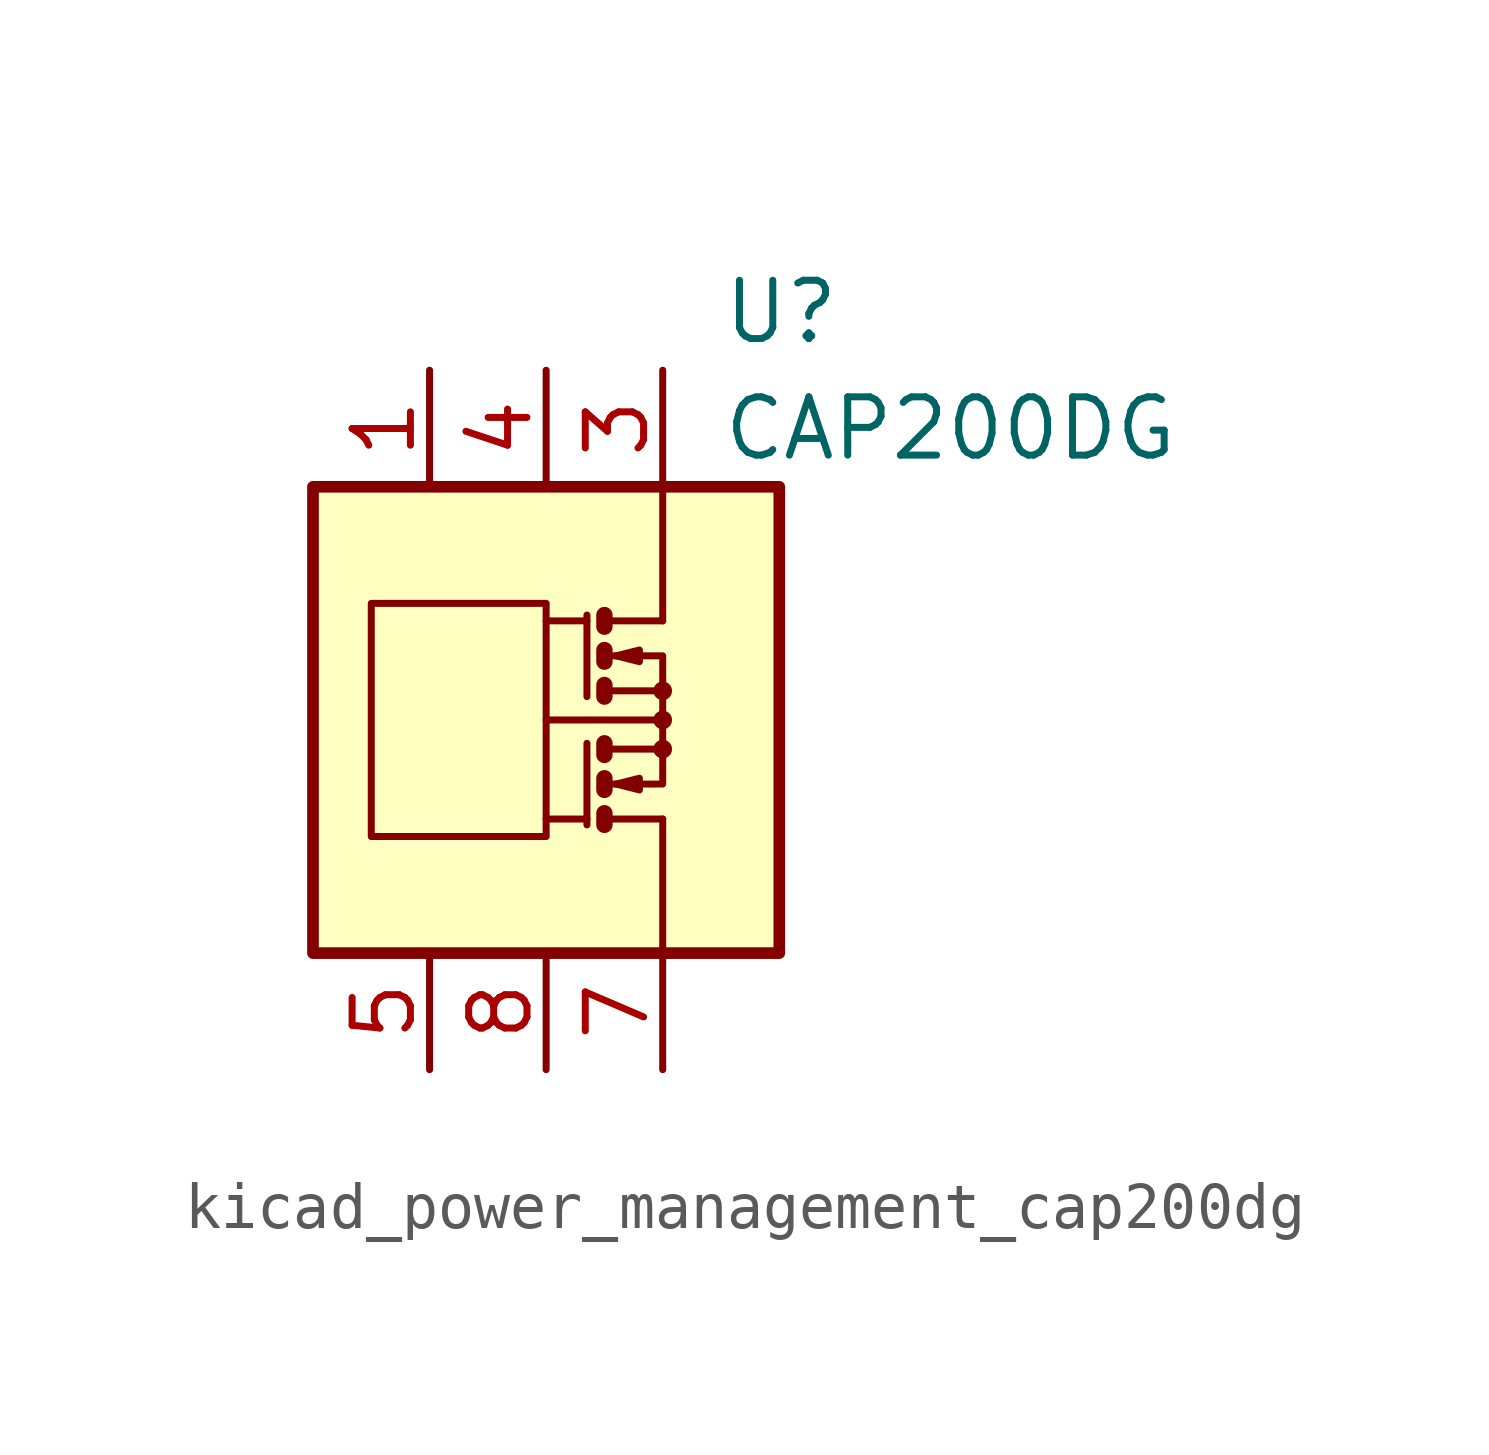
<source format=kicad_sym>
(kicad_symbol_lib
  (version 20220914)
  (generator kicad_symbol_editor)
  (symbol "kicad_power_management_cap200dg"
    (pin_names
      (offset 1.27))
    (property "Reference" "U"
      (at 3.81 8.89 0)
      (effects (font (size 1.27 1.27)) (justify left)))
    (property "Value" "CAP200DG"
      (at 3.81 6.35 0)
      (effects (font (size 1.27 1.27)) (justify left)))
    (symbol "kicad_power_management_cap200dg_0_1"
      (rectangle (start -5.08 5.08) (end 5.08 -5.08) (stroke (width 0.254) (type default)) (fill (type background)))
      (rectangle (start -3.81 2.54) (end 0 -2.54) (stroke (width 0) (type default)) (fill (type none)))
      (polyline (pts (xy 0.889 -2.159) (xy 0 -2.159)) (stroke (width 0) (type default)) (fill (type none)))
      (polyline (pts (xy 0.889 -0.508) (xy 0.889 -2.286)) (stroke (width 0) (type default)) (fill (type none)))
      (polyline (pts (xy 0.889 2.159) (xy 0 2.159)) (stroke (width 0) (type default)) (fill (type none)))
      (polyline (pts (xy 0.889 2.286) (xy 0.889 0.508)) (stroke (width 0) (type default)) (fill (type none)))
      (polyline (pts (xy 1.27 -2.159) (xy 2.54 -2.159)) (stroke (width 0) (type default)) (fill (type none)))
      (polyline (pts (xy 1.27 2.159) (xy 2.54 2.159)) (stroke (width 0) (type default)) (fill (type none)))
      (polyline (pts (xy 2.413 0) (xy 0 0)) (stroke (width 0) (type default)) (fill (type none)))
      (polyline (pts (xy 2.54 -2.159) (xy 2.54 -5.08)) (stroke (width 0) (type default)) (fill (type none)))
      (polyline (pts (xy 1.27 -2.032) (xy 1.27 -2.286) (xy 1.27 -2.286)) (stroke (width 0.356) (type default)) (fill (type none)))
      (polyline (pts (xy 1.27 -1.27) (xy 1.27 -1.524) (xy 1.27 -1.524)) (stroke (width 0.356) (type default)) (fill (type none)))
      (polyline (pts (xy 1.27 0.762) (xy 1.27 0.508) (xy 1.27 0.508)) (stroke (width 0.356) (type default)) (fill (type none)))
      (polyline (pts (xy 1.27 1.524) (xy 1.27 1.27) (xy 1.27 1.27)) (stroke (width 0.356) (type default)) (fill (type none)))
      (polyline (pts (xy 1.27 2.286) (xy 1.27 2.032) (xy 1.27 2.032)) (stroke (width 0.356) (type default)) (fill (type none)))
      (polyline (pts (xy 1.397 -1.397) (xy 2.54 -1.397) (xy 2.54 -0.635)) (stroke (width 0) (type default)) (fill (type none)))
      (polyline (pts (xy 1.397 1.397) (xy 2.54 1.397) (xy 2.54 0.635)) (stroke (width 0) (type default)) (fill (type none)))
      (polyline (pts (xy 2.54 2.159) (xy 2.54 5.08) (xy 2.54 3.175)) (stroke (width 0) (type default)) (fill (type none)))
      (polyline (pts (xy 1.397 -0.635) (xy 2.54 -0.635) (xy 2.54 0.635) (xy 1.397 0.635)) (stroke (width 0) (type default)) (fill (type none)))
      (polyline (pts (xy 1.524 -1.397) (xy 2.032 -1.27) (xy 2.032 -1.524) (xy 1.524 -1.397)) (stroke (width 0) (type default)) (fill (type none)))
      (polyline (pts (xy 1.524 1.397) (xy 2.032 1.524) (xy 2.032 1.27) (xy 1.524 1.397)) (stroke (width 0) (type default)) (fill (type none)))
      (circle (center 2.54 -0.635) (radius 0.127) (stroke (width 0) (type default)) (fill (type none)))
      (circle (center 2.54 0) (radius 0.127) (stroke (width 0) (type default)) (fill (type none)))
      (circle (center 2.54 0.635) (radius 0.127) (stroke (width 0) (type default)) (fill (type none))))
    (symbol "kicad_power_management_cap200dg_1_1"
      (polyline (pts (xy 1.27 -0.508) (xy 1.27 -0.762)) (stroke (width 0.356) (type default)) (fill (type none)))
      (pin passive line (at -2.54 7.62 270) (length 2.54) (name "~" (effects (font (size 1.27 1.27)))) (number "1" (effects (font (size 1.27 1.27)))))
      (pin passive line (at 2.54 7.62 270) (length 2.54) hide (name "~" (effects (font (size 1.27 1.27)))) (number "2" (effects (font (size 1.27 1.27)))))
      (pin passive line (at 2.54 7.62 270) (length 2.54) (name "~" (effects (font (size 1.27 1.27)))) (number "3" (effects (font (size 1.27 1.27)))))
      (pin passive line (at 0 7.62 270) (length 2.54) (name "~" (effects (font (size 1.27 1.27)))) (number "4" (effects (font (size 1.27 1.27)))))
      (pin passive line (at -2.54 -7.62 90) (length 2.54) (name "~" (effects (font (size 1.27 1.27)))) (number "5" (effects (font (size 1.27 1.27)))))
      (pin passive line (at 2.54 -7.62 90) (length 2.54) hide (name "~" (effects (font (size 1.27 1.27)))) (number "6" (effects (font (size 1.27 1.27)))))
      (pin passive line (at 2.54 -7.62 90) (length 2.54) (name "~" (effects (font (size 1.27 1.27)))) (number "7" (effects (font (size 1.27 1.27)))))
      (pin passive line (at 0 -7.62 90) (length 2.54) (name "~" (effects (font (size 1.27 1.27)))) (number "8" (effects (font (size 1.27 1.27))))))))
</source>
